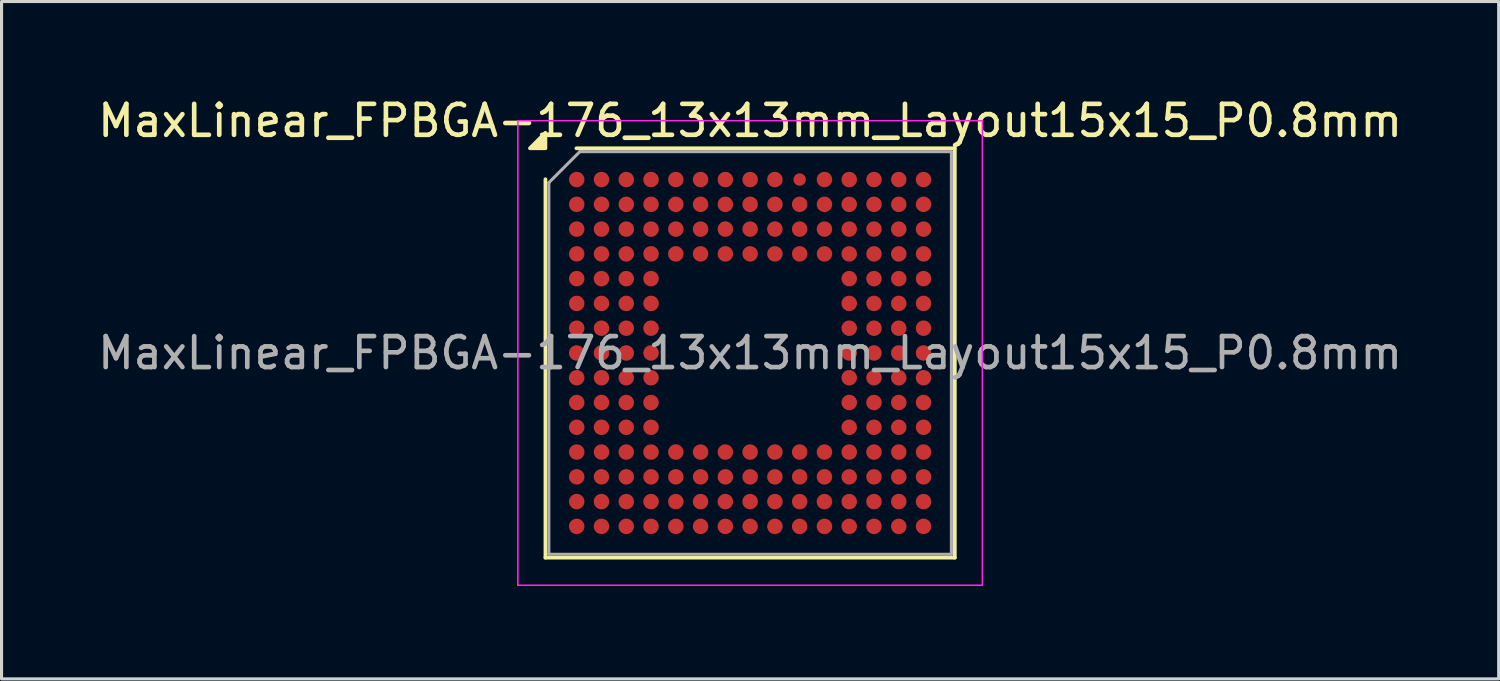
<source format=kicad_pcb>
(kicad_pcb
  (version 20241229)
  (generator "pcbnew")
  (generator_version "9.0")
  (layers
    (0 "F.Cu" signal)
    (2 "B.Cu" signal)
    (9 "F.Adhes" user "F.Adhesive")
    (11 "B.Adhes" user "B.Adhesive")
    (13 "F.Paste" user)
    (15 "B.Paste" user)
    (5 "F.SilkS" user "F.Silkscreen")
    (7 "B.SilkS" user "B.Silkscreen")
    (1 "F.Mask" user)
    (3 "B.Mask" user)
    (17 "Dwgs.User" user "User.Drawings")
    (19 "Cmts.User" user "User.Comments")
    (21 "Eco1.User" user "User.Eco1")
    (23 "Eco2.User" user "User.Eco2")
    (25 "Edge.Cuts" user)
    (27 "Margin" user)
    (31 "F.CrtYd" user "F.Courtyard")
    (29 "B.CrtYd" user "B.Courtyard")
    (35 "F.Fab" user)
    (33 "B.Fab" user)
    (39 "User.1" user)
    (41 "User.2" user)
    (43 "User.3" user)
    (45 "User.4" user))
  (footprint "MaxLinear_FPBGA-176_13x13mm_Layout15x15_P0.8mm"
    (layer "F.Cu")
    (at 21.173 8.348)
    (property "Reference" "MaxLinear_FPBGA-176_13x13mm_Layout15x15_P0.8mm" (at 0 -7.5 0) (layer "F.SilkS") (effects (font (size 1 1) (thickness 0.15))))
    (attr smd)
    (fp_line (start -6.61 6.61) (end -6.61 -5.61) (stroke (width 0.12) (type solid)) (layer "F.SilkS"))
    (fp_line (start -5.61 -6.61) (end 6.61 -6.61) (stroke (width 0.12) (type solid)) (layer "F.SilkS"))
    (fp_line (start 6.61 -6.61) (end 6.61 6.61) (stroke (width 0.12) (type solid)) (layer "F.SilkS"))
    (fp_line (start 6.61 6.61) (end -6.61 6.61) (stroke (width 0.12) (type solid)) (layer "F.SilkS"))
    (fp_poly (pts (xy -6.61 -6.61) (xy -7.11 -6.61) (xy -6.61 -7.11)) (stroke (width 0.12) (type solid)) (fill yes) (layer "F.SilkS"))
    (fp_line (start -7.5 -7.5) (end -7.5 7.5) (stroke (width 0.05) (type solid)) (layer "F.CrtYd"))
    (fp_line (start -7.5 7.5) (end 7.5 7.5) (stroke (width 0.05) (type solid)) (layer "F.CrtYd"))
    (fp_line (start 7.5 -7.5) (end -7.5 -7.5) (stroke (width 0.05) (type solid)) (layer "F.CrtYd"))
    (fp_line (start 7.5 7.5) (end 7.5 -7.5) (stroke (width 0.05) (type solid)) (layer "F.CrtYd"))
    (fp_line (start -6.5 -5.5) (end -5.5 -6.5) (stroke (width 0.1) (type solid)) (layer "F.Fab"))
    (fp_line (start -6.5 6.5) (end -6.5 -5.5) (stroke (width 0.1) (type solid)) (layer "F.Fab"))
    (fp_line (start -5.5 -6.5) (end 6.5 -6.5) (stroke (width 0.1) (type solid)) (layer "F.Fab"))
    (fp_line (start 6.5 -6.5) (end 6.5 6.5) (stroke (width 0.1) (type solid)) (layer "F.Fab"))
    (fp_line (start 6.5 6.5) (end -6.5 6.5) (stroke (width 0.1) (type solid)) (layer "F.Fab"))
    (fp_text user "${REFERENCE}" (at 0 0 0) (layer "F.Fab") (effects (font (size 1 1) (thickness 0.15))))
    (pad "A1" smd circle (at -5.6 -5.6) (size 0.5 0.5) (property pad_prop_bga) (layers "F.Cu" "F.Mask" "F.Paste"))
    (pad "A2" smd circle (at -4.8 -5.6) (size 0.5 0.5) (property pad_prop_bga) (layers "F.Cu" "F.Mask" "F.Paste"))
    (pad "A3" smd circle (at -4 -5.6) (size 0.5 0.5) (property pad_prop_bga) (layers "F.Cu" "F.Mask" "F.Paste"))
    (pad "A4" smd circle (at -3.2 -5.6) (size 0.5 0.5) (property pad_prop_bga) (layers "F.Cu" "F.Mask" "F.Paste"))
    (pad "A5" smd circle (at -2.4 -5.6) (size 0.5 0.5) (property pad_prop_bga) (layers "F.Cu" "F.Mask" "F.Paste"))
    (pad "A6" smd circle (at -1.6 -5.6) (size 0.5 0.5) (property pad_prop_bga) (layers "F.Cu" "F.Mask" "F.Paste"))
    (pad "A7" smd circle (at -0.8 -5.6) (size 0.5 0.5) (property pad_prop_bga) (layers "F.Cu" "F.Mask" "F.Paste"))
    (pad "A8" smd circle (at 0 -5.6) (size 0.5 0.5) (property pad_prop_bga) (layers "F.Cu" "F.Mask" "F.Paste"))
    (pad "A9" smd circle (at 0.8 -5.6) (size 0.5 0.5) (property pad_prop_bga) (layers "F.Cu" "F.Mask" "F.Paste"))
    (pad "A10" smd circle (at 1.6 -5.6) (size 0.4 0.4) (property pad_prop_bga) (layers "F.Cu" "F.Mask" "F.Paste"))
    (pad "A11" smd circle (at 2.4 -5.6) (size 0.5 0.5) (property pad_prop_bga) (layers "F.Cu" "F.Mask" "F.Paste"))
    (pad "A12" smd circle (at 3.2 -5.6) (size 0.5 0.5) (property pad_prop_bga) (layers "F.Cu" "F.Mask" "F.Paste"))
    (pad "A13" smd circle (at 4 -5.6) (size 0.5 0.5) (property pad_prop_bga) (layers "F.Cu" "F.Mask" "F.Paste"))
    (pad "A14" smd circle (at 4.8 -5.6) (size 0.5 0.5) (property pad_prop_bga) (layers "F.Cu" "F.Mask" "F.Paste"))
    (pad "A15" smd circle (at 5.6 -5.6) (size 0.5 0.5) (property pad_prop_bga) (layers "F.Cu" "F.Mask" "F.Paste"))
    (pad "B1" smd circle (at -5.6 -4.8) (size 0.5 0.5) (property pad_prop_bga) (layers "F.Cu" "F.Mask" "F.Paste"))
    (pad "B2" smd circle (at -4.8 -4.8) (size 0.5 0.5) (property pad_prop_bga) (layers "F.Cu" "F.Mask" "F.Paste"))
    (pad "B3" smd circle (at -4 -4.8) (size 0.5 0.5) (property pad_prop_bga) (layers "F.Cu" "F.Mask" "F.Paste"))
    (pad "B4" smd circle (at -3.2 -4.8) (size 0.5 0.5) (property pad_prop_bga) (layers "F.Cu" "F.Mask" "F.Paste"))
    (pad "B5" smd circle (at -2.4 -4.8) (size 0.5 0.5) (property pad_prop_bga) (layers "F.Cu" "F.Mask" "F.Paste"))
    (pad "B6" smd circle (at -1.6 -4.8) (size 0.5 0.5) (property pad_prop_bga) (layers "F.Cu" "F.Mask" "F.Paste"))
    (pad "B7" smd circle (at -0.8 -4.8) (size 0.5 0.5) (property pad_prop_bga) (layers "F.Cu" "F.Mask" "F.Paste"))
    (pad "B8" smd circle (at 0 -4.8) (size 0.5 0.5) (property pad_prop_bga) (layers "F.Cu" "F.Mask" "F.Paste"))
    (pad "B9" smd circle (at 0.8 -4.8) (size 0.5 0.5) (property pad_prop_bga) (layers "F.Cu" "F.Mask" "F.Paste"))
    (pad "B10" smd circle (at 1.6 -4.8) (size 0.5 0.5) (property pad_prop_bga) (layers "F.Cu" "F.Mask" "F.Paste"))
    (pad "B11" smd circle (at 2.4 -4.8) (size 0.5 0.5) (property pad_prop_bga) (layers "F.Cu" "F.Mask" "F.Paste"))
    (pad "B12" smd circle (at 3.2 -4.8) (size 0.5 0.5) (property pad_prop_bga) (layers "F.Cu" "F.Mask" "F.Paste"))
    (pad "B13" smd circle (at 4 -4.8) (size 0.5 0.5) (property pad_prop_bga) (layers "F.Cu" "F.Mask" "F.Paste"))
    (pad "B14" smd circle (at 4.8 -4.8) (size 0.5 0.5) (property pad_prop_bga) (layers "F.Cu" "F.Mask" "F.Paste"))
    (pad "B15" smd circle (at 5.6 -4.8) (size 0.5 0.5) (property pad_prop_bga) (layers "F.Cu" "F.Mask" "F.Paste"))
    (pad "C1" smd circle (at -5.6 -4) (size 0.5 0.5) (property pad_prop_bga) (layers "F.Cu" "F.Mask" "F.Paste"))
    (pad "C2" smd circle (at -4.8 -4) (size 0.5 0.5) (property pad_prop_bga) (layers "F.Cu" "F.Mask" "F.Paste"))
    (pad "C3" smd circle (at -4 -4) (size 0.5 0.5) (property pad_prop_bga) (layers "F.Cu" "F.Mask" "F.Paste"))
    (pad "C4" smd circle (at -3.2 -4) (size 0.5 0.5) (property pad_prop_bga) (layers "F.Cu" "F.Mask" "F.Paste"))
    (pad "C5" smd circle (at -2.4 -4) (size 0.5 0.5) (property pad_prop_bga) (layers "F.Cu" "F.Mask" "F.Paste"))
    (pad "C6" smd circle (at -1.6 -4) (size 0.5 0.5) (property pad_prop_bga) (layers "F.Cu" "F.Mask" "F.Paste"))
    (pad "C7" smd circle (at -0.8 -4) (size 0.5 0.5) (property pad_prop_bga) (layers "F.Cu" "F.Mask" "F.Paste"))
    (pad "C8" smd circle (at 0 -4) (size 0.5 0.5) (property pad_prop_bga) (layers "F.Cu" "F.Mask" "F.Paste"))
    (pad "C9" smd circle (at 0.8 -4) (size 0.5 0.5) (property pad_prop_bga) (layers "F.Cu" "F.Mask" "F.Paste"))
    (pad "C10" smd circle (at 1.6 -4) (size 0.5 0.5) (property pad_prop_bga) (layers "F.Cu" "F.Mask" "F.Paste"))
    (pad "C11" smd circle (at 2.4 -4) (size 0.5 0.5) (property pad_prop_bga) (layers "F.Cu" "F.Mask" "F.Paste"))
    (pad "C12" smd circle (at 3.2 -4) (size 0.5 0.5) (property pad_prop_bga) (layers "F.Cu" "F.Mask" "F.Paste"))
    (pad "C13" smd circle (at 4 -4) (size 0.5 0.5) (property pad_prop_bga) (layers "F.Cu" "F.Mask" "F.Paste"))
    (pad "C14" smd circle (at 4.8 -4) (size 0.5 0.5) (property pad_prop_bga) (layers "F.Cu" "F.Mask" "F.Paste"))
    (pad "C15" smd circle (at 5.6 -4) (size 0.5 0.5) (property pad_prop_bga) (layers "F.Cu" "F.Mask" "F.Paste"))
    (pad "D1" smd circle (at -5.6 -3.2) (size 0.5 0.5) (property pad_prop_bga) (layers "F.Cu" "F.Mask" "F.Paste"))
    (pad "D2" smd circle (at -4.8 -3.2) (size 0.5 0.5) (property pad_prop_bga) (layers "F.Cu" "F.Mask" "F.Paste"))
    (pad "D3" smd circle (at -4 -3.2) (size 0.5 0.5) (property pad_prop_bga) (layers "F.Cu" "F.Mask" "F.Paste"))
    (pad "D4" smd circle (at -3.2 -3.2) (size 0.5 0.5) (property pad_prop_bga) (layers "F.Cu" "F.Mask" "F.Paste"))
    (pad "D5" smd circle (at -2.4 -3.2) (size 0.5 0.5) (property pad_prop_bga) (layers "F.Cu" "F.Mask" "F.Paste"))
    (pad "D6" smd circle (at -1.6 -3.2) (size 0.5 0.5) (property pad_prop_bga) (layers "F.Cu" "F.Mask" "F.Paste"))
    (pad "D7" smd circle (at -0.8 -3.2) (size 0.5 0.5) (property pad_prop_bga) (layers "F.Cu" "F.Mask" "F.Paste"))
    (pad "D8" smd circle (at 0 -3.2) (size 0.5 0.5) (property pad_prop_bga) (layers "F.Cu" "F.Mask" "F.Paste"))
    (pad "D9" smd circle (at 0.8 -3.2) (size 0.5 0.5) (property pad_prop_bga) (layers "F.Cu" "F.Mask" "F.Paste"))
    (pad "D10" smd circle (at 1.6 -3.2) (size 0.5 0.5) (property pad_prop_bga) (layers "F.Cu" "F.Mask" "F.Paste"))
    (pad "D11" smd circle (at 2.4 -3.2) (size 0.5 0.5) (property pad_prop_bga) (layers "F.Cu" "F.Mask" "F.Paste"))
    (pad "D12" smd circle (at 3.2 -3.2) (size 0.5 0.5) (property pad_prop_bga) (layers "F.Cu" "F.Mask" "F.Paste"))
    (pad "D13" smd circle (at 4 -3.2) (size 0.5 0.5) (property pad_prop_bga) (layers "F.Cu" "F.Mask" "F.Paste"))
    (pad "D14" smd circle (at 4.8 -3.2) (size 0.5 0.5) (property pad_prop_bga) (layers "F.Cu" "F.Mask" "F.Paste"))
    (pad "D15" smd circle (at 5.6 -3.2) (size 0.5 0.5) (property pad_prop_bga) (layers "F.Cu" "F.Mask" "F.Paste"))
    (pad "E1" smd circle (at -5.6 -2.4) (size 0.5 0.5) (property pad_prop_bga) (layers "F.Cu" "F.Mask" "F.Paste"))
    (pad "E2" smd circle (at -4.8 -2.4) (size 0.5 0.5) (property pad_prop_bga) (layers "F.Cu" "F.Mask" "F.Paste"))
    (pad "E3" smd circle (at -4 -2.4) (size 0.5 0.5) (property pad_prop_bga) (layers "F.Cu" "F.Mask" "F.Paste"))
    (pad "E4" smd circle (at -3.2 -2.4) (size 0.5 0.5) (property pad_prop_bga) (layers "F.Cu" "F.Mask" "F.Paste"))
    (pad "E12" smd circle (at 3.2 -2.4) (size 0.5 0.5) (property pad_prop_bga) (layers "F.Cu" "F.Mask" "F.Paste"))
    (pad "E13" smd circle (at 4 -2.4) (size 0.5 0.5) (property pad_prop_bga) (layers "F.Cu" "F.Mask" "F.Paste"))
    (pad "E14" smd circle (at 4.8 -2.4) (size 0.5 0.5) (property pad_prop_bga) (layers "F.Cu" "F.Mask" "F.Paste"))
    (pad "E15" smd circle (at 5.6 -2.4) (size 0.5 0.5) (property pad_prop_bga) (layers "F.Cu" "F.Mask" "F.Paste"))
    (pad "F1" smd circle (at -5.6 -1.6) (size 0.5 0.5) (property pad_prop_bga) (layers "F.Cu" "F.Mask" "F.Paste"))
    (pad "F2" smd circle (at -4.8 -1.6) (size 0.5 0.5) (property pad_prop_bga) (layers "F.Cu" "F.Mask" "F.Paste"))
    (pad "F3" smd circle (at -4 -1.6) (size 0.5 0.5) (property pad_prop_bga) (layers "F.Cu" "F.Mask" "F.Paste"))
    (pad "F4" smd circle (at -3.2 -1.6) (size 0.5 0.5) (property pad_prop_bga) (layers "F.Cu" "F.Mask" "F.Paste"))
    (pad "F12" smd circle (at 3.2 -1.6) (size 0.5 0.5) (property pad_prop_bga) (layers "F.Cu" "F.Mask" "F.Paste"))
    (pad "F13" smd circle (at 4 -1.6) (size 0.5 0.5) (property pad_prop_bga) (layers "F.Cu" "F.Mask" "F.Paste"))
    (pad "F14" smd circle (at 4.8 -1.6) (size 0.5 0.5) (property pad_prop_bga) (layers "F.Cu" "F.Mask" "F.Paste"))
    (pad "F15" smd circle (at 5.6 -1.6) (size 0.5 0.5) (property pad_prop_bga) (layers "F.Cu" "F.Mask" "F.Paste"))
    (pad "G1" smd circle (at -5.6 -0.8) (size 0.5 0.5) (property pad_prop_bga) (layers "F.Cu" "F.Mask" "F.Paste"))
    (pad "G2" smd circle (at -4.8 -0.8) (size 0.5 0.5) (property pad_prop_bga) (layers "F.Cu" "F.Mask" "F.Paste"))
    (pad "G3" smd circle (at -4 -0.8) (size 0.5 0.5) (property pad_prop_bga) (layers "F.Cu" "F.Mask" "F.Paste"))
    (pad "G4" smd circle (at -3.2 -0.8) (size 0.5 0.5) (property pad_prop_bga) (layers "F.Cu" "F.Mask" "F.Paste"))
    (pad "G12" smd circle (at 3.2 -0.8) (size 0.5 0.5) (property pad_prop_bga) (layers "F.Cu" "F.Mask" "F.Paste"))
    (pad "G13" smd circle (at 4 -0.8) (size 0.5 0.5) (property pad_prop_bga) (layers "F.Cu" "F.Mask" "F.Paste"))
    (pad "G14" smd circle (at 4.8 -0.8) (size 0.5 0.5) (property pad_prop_bga) (layers "F.Cu" "F.Mask" "F.Paste"))
    (pad "G15" smd circle (at 5.6 -0.8) (size 0.5 0.5) (property pad_prop_bga) (layers "F.Cu" "F.Mask" "F.Paste"))
    (pad "H1" smd circle (at -5.6 0) (size 0.5 0.5) (property pad_prop_bga) (layers "F.Cu" "F.Mask" "F.Paste"))
    (pad "H2" smd circle (at -4.8 0) (size 0.5 0.5) (property pad_prop_bga) (layers "F.Cu" "F.Mask" "F.Paste"))
    (pad "H3" smd circle (at -4 0) (size 0.5 0.5) (property pad_prop_bga) (layers "F.Cu" "F.Mask" "F.Paste"))
    (pad "H4" smd circle (at -3.2 0) (size 0.5 0.5) (property pad_prop_bga) (layers "F.Cu" "F.Mask" "F.Paste"))
    (pad "H12" smd circle (at 3.2 0) (size 0.5 0.5) (property pad_prop_bga) (layers "F.Cu" "F.Mask" "F.Paste"))
    (pad "H13" smd circle (at 4 0) (size 0.5 0.5) (property pad_prop_bga) (layers "F.Cu" "F.Mask" "F.Paste"))
    (pad "H14" smd circle (at 4.8 0) (size 0.5 0.5) (property pad_prop_bga) (layers "F.Cu" "F.Mask" "F.Paste"))
    (pad "H15" smd circle (at 5.6 0) (size 0.5 0.5) (property pad_prop_bga) (layers "F.Cu" "F.Mask" "F.Paste"))
    (pad "J1" smd circle (at -5.6 0.8) (size 0.5 0.5) (property pad_prop_bga) (layers "F.Cu" "F.Mask" "F.Paste"))
    (pad "J2" smd circle (at -4.8 0.8) (size 0.5 0.5) (property pad_prop_bga) (layers "F.Cu" "F.Mask" "F.Paste"))
    (pad "J3" smd circle (at -4 0.8) (size 0.5 0.5) (property pad_prop_bga) (layers "F.Cu" "F.Mask" "F.Paste"))
    (pad "J4" smd circle (at -3.2 0.8) (size 0.5 0.5) (property pad_prop_bga) (layers "F.Cu" "F.Mask" "F.Paste"))
    (pad "J12" smd circle (at 3.2 0.8) (size 0.5 0.5) (property pad_prop_bga) (layers "F.Cu" "F.Mask" "F.Paste"))
    (pad "J13" smd circle (at 4 0.8) (size 0.5 0.5) (property pad_prop_bga) (layers "F.Cu" "F.Mask" "F.Paste"))
    (pad "J14" smd circle (at 4.8 0.8) (size 0.5 0.5) (property pad_prop_bga) (layers "F.Cu" "F.Mask" "F.Paste"))
    (pad "J15" smd circle (at 5.6 0.8) (size 0.5 0.5) (property pad_prop_bga) (layers "F.Cu" "F.Mask" "F.Paste"))
    (pad "K1" smd circle (at -5.6 1.6) (size 0.5 0.5) (property pad_prop_bga) (layers "F.Cu" "F.Mask" "F.Paste"))
    (pad "K2" smd circle (at -4.8 1.6) (size 0.5 0.5) (property pad_prop_bga) (layers "F.Cu" "F.Mask" "F.Paste"))
    (pad "K3" smd circle (at -4 1.6) (size 0.5 0.5) (property pad_prop_bga) (layers "F.Cu" "F.Mask" "F.Paste"))
    (pad "K4" smd circle (at -3.2 1.6) (size 0.5 0.5) (property pad_prop_bga) (layers "F.Cu" "F.Mask" "F.Paste"))
    (pad "K12" smd circle (at 3.2 1.6) (size 0.5 0.5) (property pad_prop_bga) (layers "F.Cu" "F.Mask" "F.Paste"))
    (pad "K13" smd circle (at 4 1.6) (size 0.5 0.5) (property pad_prop_bga) (layers "F.Cu" "F.Mask" "F.Paste"))
    (pad "K14" smd circle (at 4.8 1.6) (size 0.5 0.5) (property pad_prop_bga) (layers "F.Cu" "F.Mask" "F.Paste"))
    (pad "K15" smd circle (at 5.6 1.6) (size 0.5 0.5) (property pad_prop_bga) (layers "F.Cu" "F.Mask" "F.Paste"))
    (pad "L1" smd circle (at -5.6 2.4) (size 0.5 0.5) (property pad_prop_bga) (layers "F.Cu" "F.Mask" "F.Paste"))
    (pad "L2" smd circle (at -4.8 2.4) (size 0.5 0.5) (property pad_prop_bga) (layers "F.Cu" "F.Mask" "F.Paste"))
    (pad "L3" smd circle (at -4 2.4) (size 0.5 0.5) (property pad_prop_bga) (layers "F.Cu" "F.Mask" "F.Paste"))
    (pad "L4" smd circle (at -3.2 2.4) (size 0.5 0.5) (property pad_prop_bga) (layers "F.Cu" "F.Mask" "F.Paste"))
    (pad "L12" smd circle (at 3.2 2.4) (size 0.5 0.5) (property pad_prop_bga) (layers "F.Cu" "F.Mask" "F.Paste"))
    (pad "L13" smd circle (at 4 2.4) (size 0.5 0.5) (property pad_prop_bga) (layers "F.Cu" "F.Mask" "F.Paste"))
    (pad "L14" smd circle (at 4.8 2.4) (size 0.5 0.5) (property pad_prop_bga) (layers "F.Cu" "F.Mask" "F.Paste"))
    (pad "L15" smd circle (at 5.6 2.4) (size 0.5 0.5) (property pad_prop_bga) (layers "F.Cu" "F.Mask" "F.Paste"))
    (pad "M1" smd circle (at -5.6 3.2) (size 0.5 0.5) (property pad_prop_bga) (layers "F.Cu" "F.Mask" "F.Paste"))
    (pad "M2" smd circle (at -4.8 3.2) (size 0.5 0.5) (property pad_prop_bga) (layers "F.Cu" "F.Mask" "F.Paste"))
    (pad "M3" smd circle (at -4 3.2) (size 0.5 0.5) (property pad_prop_bga) (layers "F.Cu" "F.Mask" "F.Paste"))
    (pad "M4" smd circle (at -3.2 3.2) (size 0.5 0.5) (property pad_prop_bga) (layers "F.Cu" "F.Mask" "F.Paste"))
    (pad "M5" smd circle (at -2.4 3.2) (size 0.5 0.5) (property pad_prop_bga) (layers "F.Cu" "F.Mask" "F.Paste"))
    (pad "M6" smd circle (at -1.6 3.2) (size 0.5 0.5) (property pad_prop_bga) (layers "F.Cu" "F.Mask" "F.Paste"))
    (pad "M7" smd circle (at -0.8 3.2) (size 0.5 0.5) (property pad_prop_bga) (layers "F.Cu" "F.Mask" "F.Paste"))
    (pad "M8" smd circle (at 0 3.2) (size 0.5 0.5) (property pad_prop_bga) (layers "F.Cu" "F.Mask" "F.Paste"))
    (pad "M9" smd circle (at 0.8 3.2) (size 0.5 0.5) (property pad_prop_bga) (layers "F.Cu" "F.Mask" "F.Paste"))
    (pad "M10" smd circle (at 1.6 3.2) (size 0.5 0.5) (property pad_prop_bga) (layers "F.Cu" "F.Mask" "F.Paste"))
    (pad "M11" smd circle (at 2.4 3.2) (size 0.5 0.5) (property pad_prop_bga) (layers "F.Cu" "F.Mask" "F.Paste"))
    (pad "M12" smd circle (at 3.2 3.2) (size 0.5 0.5) (property pad_prop_bga) (layers "F.Cu" "F.Mask" "F.Paste"))
    (pad "M13" smd circle (at 4 3.2) (size 0.5 0.5) (property pad_prop_bga) (layers "F.Cu" "F.Mask" "F.Paste"))
    (pad "M14" smd circle (at 4.8 3.2) (size 0.5 0.5) (property pad_prop_bga) (layers "F.Cu" "F.Mask" "F.Paste"))
    (pad "M15" smd circle (at 5.6 3.2) (size 0.5 0.5) (property pad_prop_bga) (layers "F.Cu" "F.Mask" "F.Paste"))
    (pad "N1" smd circle (at -5.6 4) (size 0.5 0.5) (property pad_prop_bga) (layers "F.Cu" "F.Mask" "F.Paste"))
    (pad "N2" smd circle (at -4.8 4) (size 0.5 0.5) (property pad_prop_bga) (layers "F.Cu" "F.Mask" "F.Paste"))
    (pad "N3" smd circle (at -4 4) (size 0.5 0.5) (property pad_prop_bga) (layers "F.Cu" "F.Mask" "F.Paste"))
    (pad "N4" smd circle (at -3.2 4) (size 0.5 0.5) (property pad_prop_bga) (layers "F.Cu" "F.Mask" "F.Paste"))
    (pad "N5" smd circle (at -2.4 4) (size 0.5 0.5) (property pad_prop_bga) (layers "F.Cu" "F.Mask" "F.Paste"))
    (pad "N6" smd circle (at -1.6 4) (size 0.5 0.5) (property pad_prop_bga) (layers "F.Cu" "F.Mask" "F.Paste"))
    (pad "N7" smd circle (at -0.8 4) (size 0.5 0.5) (property pad_prop_bga) (layers "F.Cu" "F.Mask" "F.Paste"))
    (pad "N8" smd circle (at 0 4) (size 0.5 0.5) (property pad_prop_bga) (layers "F.Cu" "F.Mask" "F.Paste"))
    (pad "N9" smd circle (at 0.8 4) (size 0.5 0.5) (property pad_prop_bga) (layers "F.Cu" "F.Mask" "F.Paste"))
    (pad "N10" smd circle (at 1.6 4) (size 0.5 0.5) (property pad_prop_bga) (layers "F.Cu" "F.Mask" "F.Paste"))
    (pad "N11" smd circle (at 2.4 4) (size 0.5 0.5) (property pad_prop_bga) (layers "F.Cu" "F.Mask" "F.Paste"))
    (pad "N12" smd circle (at 3.2 4) (size 0.5 0.5) (property pad_prop_bga) (layers "F.Cu" "F.Mask" "F.Paste"))
    (pad "N13" smd circle (at 4 4) (size 0.5 0.5) (property pad_prop_bga) (layers "F.Cu" "F.Mask" "F.Paste"))
    (pad "N14" smd circle (at 4.8 4) (size 0.5 0.5) (property pad_prop_bga) (layers "F.Cu" "F.Mask" "F.Paste"))
    (pad "N15" smd circle (at 5.6 4) (size 0.5 0.5) (property pad_prop_bga) (layers "F.Cu" "F.Mask" "F.Paste"))
    (pad "P1" smd circle (at -5.6 4.8) (size 0.5 0.5) (property pad_prop_bga) (layers "F.Cu" "F.Mask" "F.Paste"))
    (pad "P2" smd circle (at -4.8 4.8) (size 0.5 0.5) (property pad_prop_bga) (layers "F.Cu" "F.Mask" "F.Paste"))
    (pad "P3" smd circle (at -4 4.8) (size 0.5 0.5) (property pad_prop_bga) (layers "F.Cu" "F.Mask" "F.Paste"))
    (pad "P4" smd circle (at -3.2 4.8) (size 0.5 0.5) (property pad_prop_bga) (layers "F.Cu" "F.Mask" "F.Paste"))
    (pad "P5" smd circle (at -2.4 4.8) (size 0.5 0.5) (property pad_prop_bga) (layers "F.Cu" "F.Mask" "F.Paste"))
    (pad "P6" smd circle (at -1.6 4.8) (size 0.5 0.5) (property pad_prop_bga) (layers "F.Cu" "F.Mask" "F.Paste"))
    (pad "P7" smd circle (at -0.8 4.8) (size 0.5 0.5) (property pad_prop_bga) (layers "F.Cu" "F.Mask" "F.Paste"))
    (pad "P8" smd circle (at 0 4.8) (size 0.5 0.5) (property pad_prop_bga) (layers "F.Cu" "F.Mask" "F.Paste"))
    (pad "P9" smd circle (at 0.8 4.8) (size 0.5 0.5) (property pad_prop_bga) (layers "F.Cu" "F.Mask" "F.Paste"))
    (pad "P10" smd circle (at 1.6 4.8) (size 0.5 0.5) (property pad_prop_bga) (layers "F.Cu" "F.Mask" "F.Paste"))
    (pad "P11" smd circle (at 2.4 4.8) (size 0.5 0.5) (property pad_prop_bga) (layers "F.Cu" "F.Mask" "F.Paste"))
    (pad "P12" smd circle (at 3.2 4.8) (size 0.5 0.5) (property pad_prop_bga) (layers "F.Cu" "F.Mask" "F.Paste"))
    (pad "P13" smd circle (at 4 4.8) (size 0.5 0.5) (property pad_prop_bga) (layers "F.Cu" "F.Mask" "F.Paste"))
    (pad "P14" smd circle (at 4.8 4.8) (size 0.5 0.5) (property pad_prop_bga) (layers "F.Cu" "F.Mask" "F.Paste"))
    (pad "P15" smd circle (at 5.6 4.8) (size 0.5 0.5) (property pad_prop_bga) (layers "F.Cu" "F.Mask" "F.Paste"))
    (pad "R1" smd circle (at -5.6 5.6) (size 0.5 0.5) (property pad_prop_bga) (layers "F.Cu" "F.Mask" "F.Paste"))
    (pad "R2" smd circle (at -4.8 5.6) (size 0.5 0.5) (property pad_prop_bga) (layers "F.Cu" "F.Mask" "F.Paste"))
    (pad "R3" smd circle (at -4 5.6) (size 0.5 0.5) (property pad_prop_bga) (layers "F.Cu" "F.Mask" "F.Paste"))
    (pad "R4" smd circle (at -3.2 5.6) (size 0.5 0.5) (property pad_prop_bga) (layers "F.Cu" "F.Mask" "F.Paste"))
    (pad "R5" smd circle (at -2.4 5.6) (size 0.5 0.5) (property pad_prop_bga) (layers "F.Cu" "F.Mask" "F.Paste"))
    (pad "R6" smd circle (at -1.6 5.6) (size 0.5 0.5) (property pad_prop_bga) (layers "F.Cu" "F.Mask" "F.Paste"))
    (pad "R7" smd circle (at -0.8 5.6) (size 0.5 0.5) (property pad_prop_bga) (layers "F.Cu" "F.Mask" "F.Paste"))
    (pad "R8" smd circle (at 0 5.6) (size 0.5 0.5) (property pad_prop_bga) (layers "F.Cu" "F.Mask" "F.Paste"))
    (pad "R9" smd circle (at 0.8 5.6) (size 0.5 0.5) (property pad_prop_bga) (layers "F.Cu" "F.Mask" "F.Paste"))
    (pad "R10" smd circle (at 1.6 5.6) (size 0.5 0.5) (property pad_prop_bga) (layers "F.Cu" "F.Mask" "F.Paste"))
    (pad "R11" smd circle (at 2.4 5.6) (size 0.5 0.5) (property pad_prop_bga) (layers "F.Cu" "F.Mask" "F.Paste"))
    (pad "R12" smd circle (at 3.2 5.6) (size 0.5 0.5) (property pad_prop_bga) (layers "F.Cu" "F.Mask" "F.Paste"))
    (pad "R13" smd circle (at 4 5.6) (size 0.5 0.5) (property pad_prop_bga) (layers "F.Cu" "F.Mask" "F.Paste"))
    (pad "R14" smd circle (at 4.8 5.6) (size 0.5 0.5) (property pad_prop_bga) (layers "F.Cu" "F.Mask" "F.Paste"))
    (pad "R15" smd circle (at 5.6 5.6) (size 0.5 0.5) (property pad_prop_bga) (layers "F.Cu" "F.Mask" "F.Paste")))
  (gr_rect
    (start -3 -3)
    (end 45.345 18.873)
    (stroke (width 0.1) (type default))
    (fill no)
    (layer "Edge.Cuts")))
</source>
